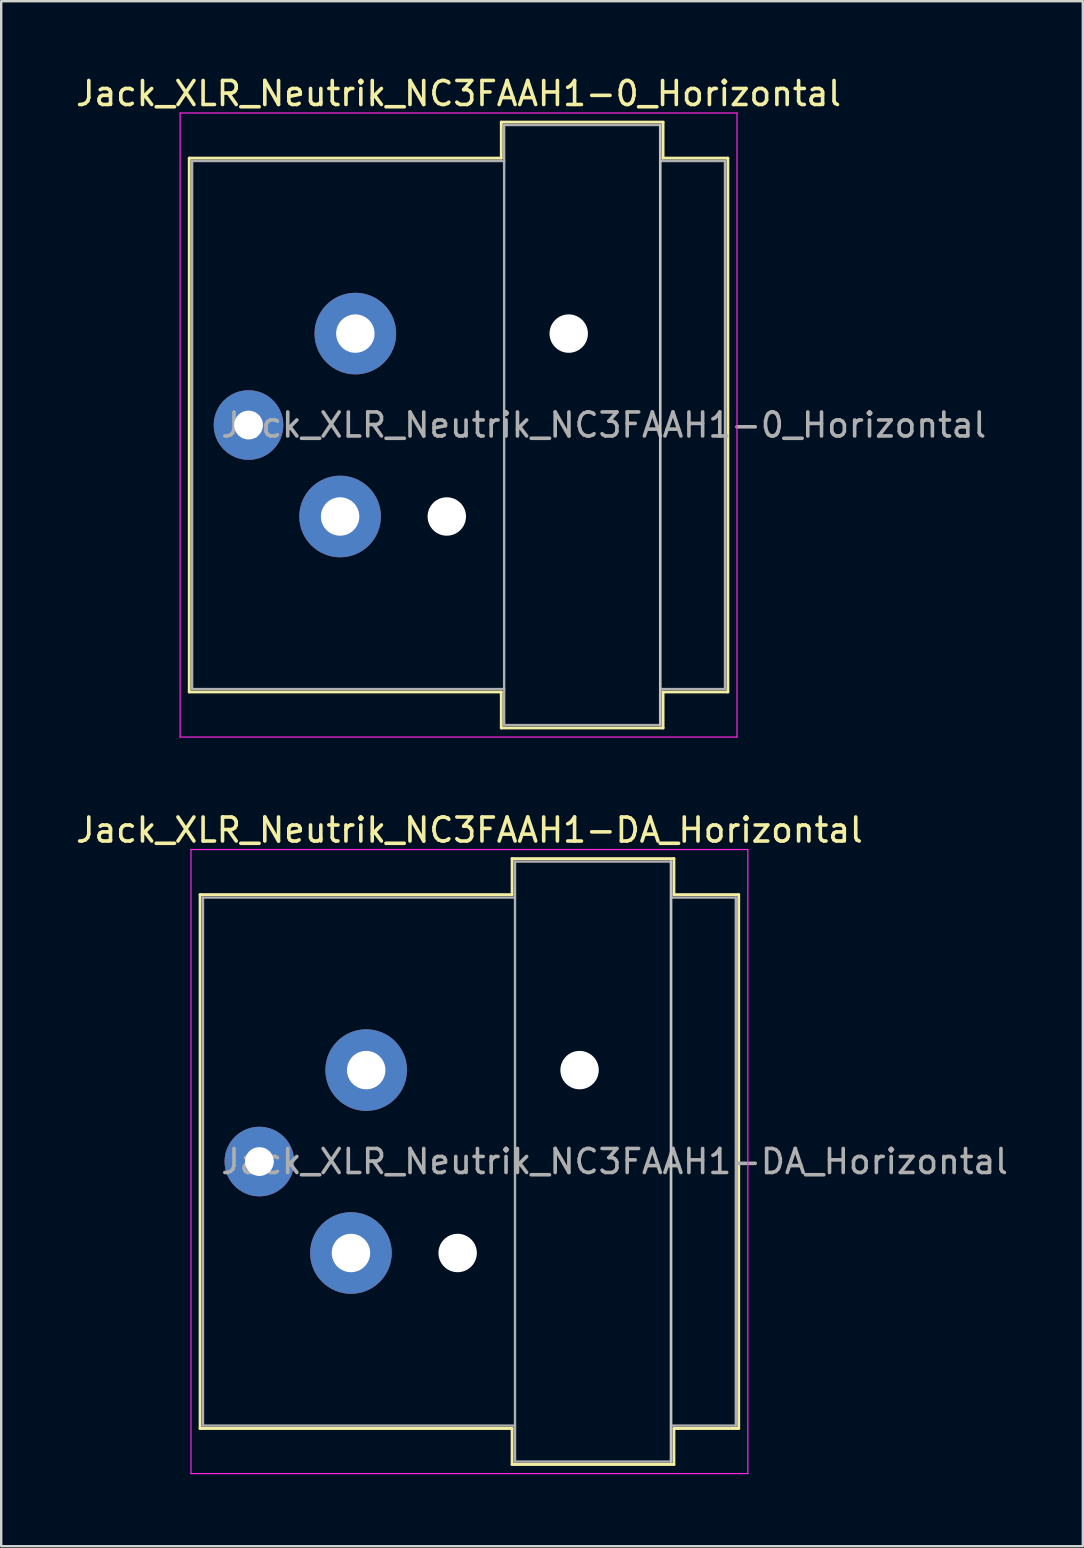
<source format=kicad_pcb>
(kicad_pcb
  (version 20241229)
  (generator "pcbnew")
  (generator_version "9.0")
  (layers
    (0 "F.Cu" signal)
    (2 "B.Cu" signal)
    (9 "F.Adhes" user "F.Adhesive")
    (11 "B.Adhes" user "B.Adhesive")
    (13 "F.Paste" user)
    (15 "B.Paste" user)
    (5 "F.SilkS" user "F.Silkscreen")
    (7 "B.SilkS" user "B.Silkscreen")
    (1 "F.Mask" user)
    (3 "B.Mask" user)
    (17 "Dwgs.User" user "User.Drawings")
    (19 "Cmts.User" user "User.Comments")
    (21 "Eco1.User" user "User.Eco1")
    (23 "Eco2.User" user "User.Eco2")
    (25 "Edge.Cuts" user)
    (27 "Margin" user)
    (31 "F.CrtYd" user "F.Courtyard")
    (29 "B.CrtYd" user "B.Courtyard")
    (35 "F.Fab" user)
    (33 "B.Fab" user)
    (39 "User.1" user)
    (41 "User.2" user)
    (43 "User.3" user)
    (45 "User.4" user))
  (footprint "Jack_XLR_Neutrik_NC3FAAH1-DA_Horizontal"
    (layer "F.Cu")
    (at 12.206 41.532)
    (property "Reference" "Jack_XLR_Neutrik_NC3FAAH1-DA_Horizontal" (at 4.3 -10 0) (layer "F.SilkS") (effects (font (size 1 1) (thickness 0.15))))
    (attr through_hole)
    (fp_line (start -6.92 -7.31) (end -6.92 14.93) (stroke (width 0.12) (type solid)) (layer "F.SilkS"))
    (fp_line (start 6.08 -7.31) (end -6.92 -7.31) (stroke (width 0.12) (type solid)) (layer "F.SilkS"))
    (fp_line (start 6.08 -7.31) (end 6.08 -8.81) (stroke (width 0.12) (type solid)) (layer "F.SilkS"))
    (fp_line (start 6.08 14.93) (end -6.92 14.93) (stroke (width 0.12) (type solid)) (layer "F.SilkS"))
    (fp_line (start 6.08 16.43) (end 6.08 14.93) (stroke (width 0.12) (type solid)) (layer "F.SilkS"))
    (fp_line (start 12.82 -8.81) (end 6.08 -8.81) (stroke (width 0.12) (type solid)) (layer "F.SilkS"))
    (fp_line (start 12.82 -8.81) (end 12.82 -7.31) (stroke (width 0.12) (type solid)) (layer "F.SilkS"))
    (fp_line (start 12.82 -7.31) (end 15.52 -7.31) (stroke (width 0.12) (type solid)) (layer "F.SilkS"))
    (fp_line (start 12.82 14.93) (end 12.82 16.43) (stroke (width 0.12) (type solid)) (layer "F.SilkS"))
    (fp_line (start 12.82 14.93) (end 15.52 14.93) (stroke (width 0.12) (type solid)) (layer "F.SilkS"))
    (fp_line (start 12.82 16.43) (end 6.08 16.43) (stroke (width 0.12) (type solid)) (layer "F.SilkS"))
    (fp_line (start 15.52 -7.31) (end 15.52 14.93) (stroke (width 0.12) (type solid)) (layer "F.SilkS"))
    (fp_line (start 12.7 -8.69) (end 12.7 16.31) (stroke (width 0.1) (type solid)) (layer "Dwgs.User"))
    (fp_line (start -7.3 -9.19) (end -7.3 16.81) (stroke (width 0.05) (type solid)) (layer "F.CrtYd"))
    (fp_line (start 15.9 -9.19) (end -7.3 -9.19) (stroke (width 0.05) (type solid)) (layer "F.CrtYd"))
    (fp_line (start 15.9 -9.19) (end 15.9 16.81) (stroke (width 0.05) (type solid)) (layer "F.CrtYd"))
    (fp_line (start 15.9 16.81) (end -7.3 16.81) (stroke (width 0.05) (type solid)) (layer "F.CrtYd"))
    (fp_line (start -6.8 -7.19) (end -6.8 14.81) (stroke (width 0.1) (type solid)) (layer "F.Fab"))
    (fp_line (start -6.8 14.81) (end 6.2 14.81) (stroke (width 0.1) (type solid)) (layer "F.Fab"))
    (fp_line (start 6.2 -8.69) (end 12.7 -8.69) (stroke (width 0.1) (type solid)) (layer "F.Fab"))
    (fp_line (start 6.2 -7.19) (end -6.8 -7.19) (stroke (width 0.1) (type solid)) (layer "F.Fab"))
    (fp_line (start 6.2 16.31) (end 6.2 -8.69) (stroke (width 0.1) (type solid)) (layer "F.Fab"))
    (fp_line (start 12.7 -8.69) (end 12.7 16.31) (stroke (width 0.1) (type solid)) (layer "F.Fab"))
    (fp_line (start 12.7 -7.19) (end 15.4 -7.19) (stroke (width 0.1) (type solid)) (layer "F.Fab"))
    (fp_line (start 12.7 16.31) (end 6.2 16.31) (stroke (width 0.1) (type solid)) (layer "F.Fab"))
    (fp_line (start 15.4 -7.19) (end 15.4 14.81) (stroke (width 0.1) (type solid)) (layer "F.Fab"))
    (fp_line (start 15.4 14.81) (end 12.7 14.81) (stroke (width 0.1) (type solid)) (layer "F.Fab"))
    (fp_text user "${REFERENCE}" (at 10.35 3.81 0) (layer "F.Fab") (effects (font (size 1 1) (thickness 0.15))))
    (pad "" np_thru_hole circle (at 3.81 7.62) (size 1.6 1.6) (drill 1.6) (layers "*.Cu" "*.Mask"))
    (pad "" np_thru_hole circle (at 8.89 0) (size 1.6 1.6) (drill 1.6) (layers "*.Cu" "*.Mask"))
    (pad "1" thru_hole circle (at 0 0) (size 3.4 3.4) (drill 1.6) (layers "*.Cu" "*.Mask"))
    (pad "2" thru_hole circle (at -0.635 7.62) (size 3.4 3.4) (drill 1.6) (layers "*.Cu" "*.Mask"))
    (pad "3" thru_hole circle (at -4.45 3.81) (size 2.9 2.9) (drill 1.2) (layers "*.Cu" "*.Mask")))
  (footprint "Jack_XLR_Neutrik_NC3FAAH1-0_Horizontal"
    (layer "F.Cu")
    (at 11.754 10.848)
    (property "Reference" "Jack_XLR_Neutrik_NC3FAAH1-0_Horizontal" (at 4.3 -10 0) (layer "F.SilkS") (effects (font (size 1 1) (thickness 0.15))))
    (attr through_hole)
    (fp_line (start -6.92 -7.31) (end -6.92 14.93) (stroke (width 0.12) (type solid)) (layer "F.SilkS"))
    (fp_line (start 6.08 -7.31) (end -6.92 -7.31) (stroke (width 0.12) (type solid)) (layer "F.SilkS"))
    (fp_line (start 6.08 -7.31) (end 6.08 -8.81) (stroke (width 0.12) (type solid)) (layer "F.SilkS"))
    (fp_line (start 6.08 14.93) (end -6.92 14.93) (stroke (width 0.12) (type solid)) (layer "F.SilkS"))
    (fp_line (start 6.08 16.43) (end 6.08 14.93) (stroke (width 0.12) (type solid)) (layer "F.SilkS"))
    (fp_line (start 12.82 -8.81) (end 6.08 -8.81) (stroke (width 0.12) (type solid)) (layer "F.SilkS"))
    (fp_line (start 12.82 -8.81) (end 12.82 -7.31) (stroke (width 0.12) (type solid)) (layer "F.SilkS"))
    (fp_line (start 12.82 -7.31) (end 15.52 -7.31) (stroke (width 0.12) (type solid)) (layer "F.SilkS"))
    (fp_line (start 12.82 14.93) (end 12.82 16.43) (stroke (width 0.12) (type solid)) (layer "F.SilkS"))
    (fp_line (start 12.82 14.93) (end 15.52 14.93) (stroke (width 0.12) (type solid)) (layer "F.SilkS"))
    (fp_line (start 12.82 16.43) (end 6.08 16.43) (stroke (width 0.12) (type solid)) (layer "F.SilkS"))
    (fp_line (start 15.52 -7.31) (end 15.52 14.93) (stroke (width 0.12) (type solid)) (layer "F.SilkS"))
    (fp_line (start 12.7 -8.69) (end 12.7 16.31) (stroke (width 0.1) (type solid)) (layer "Dwgs.User"))
    (fp_line (start -7.3 -9.19) (end -7.3 16.81) (stroke (width 0.05) (type solid)) (layer "F.CrtYd"))
    (fp_line (start 15.9 -9.19) (end -7.3 -9.19) (stroke (width 0.05) (type solid)) (layer "F.CrtYd"))
    (fp_line (start 15.9 -9.19) (end 15.9 16.81) (stroke (width 0.05) (type solid)) (layer "F.CrtYd"))
    (fp_line (start 15.9 16.81) (end -7.3 16.81) (stroke (width 0.05) (type solid)) (layer "F.CrtYd"))
    (fp_line (start -6.8 -7.19) (end -6.8 14.81) (stroke (width 0.1) (type solid)) (layer "F.Fab"))
    (fp_line (start -6.8 14.81) (end 6.2 14.81) (stroke (width 0.1) (type solid)) (layer "F.Fab"))
    (fp_line (start 6.2 -8.69) (end 12.7 -8.69) (stroke (width 0.1) (type solid)) (layer "F.Fab"))
    (fp_line (start 6.2 -7.19) (end -6.8 -7.19) (stroke (width 0.1) (type solid)) (layer "F.Fab"))
    (fp_line (start 6.2 16.31) (end 6.2 -8.69) (stroke (width 0.1) (type solid)) (layer "F.Fab"))
    (fp_line (start 12.7 -8.69) (end 12.7 16.31) (stroke (width 0.1) (type solid)) (layer "F.Fab"))
    (fp_line (start 12.7 -7.19) (end 15.4 -7.19) (stroke (width 0.1) (type solid)) (layer "F.Fab"))
    (fp_line (start 12.7 16.31) (end 6.2 16.31) (stroke (width 0.1) (type solid)) (layer "F.Fab"))
    (fp_line (start 15.4 -7.19) (end 15.4 14.81) (stroke (width 0.1) (type solid)) (layer "F.Fab"))
    (fp_line (start 15.4 14.81) (end 12.7 14.81) (stroke (width 0.1) (type solid)) (layer "F.Fab"))
    (fp_text user "${REFERENCE}" (at 10.35 3.81 0) (layer "F.Fab") (effects (font (size 1 1) (thickness 0.15))))
    (pad "" np_thru_hole circle (at 3.81 7.62) (size 1.6 1.6) (drill 1.6) (layers "*.Cu" "*.Mask"))
    (pad "" np_thru_hole circle (at 8.89 0) (size 1.6 1.6) (drill 1.6) (layers "*.Cu" "*.Mask"))
    (pad "1" thru_hole circle (at 0 0) (size 3.4 3.4) (drill 1.6) (layers "*.Cu" "*.Mask"))
    (pad "2" thru_hole circle (at -0.635 7.62) (size 3.4 3.4) (drill 1.6) (layers "*.Cu" "*.Mask"))
    (pad "3" thru_hole circle (at -4.45 3.81) (size 2.9 2.9) (drill 1.2) (layers "*.Cu" "*.Mask")))
  (gr_rect
    (start -3 -3)
    (end 42.062 61.367)
    (stroke (width 0.1) (type default))
    (fill no)
    (layer "Edge.Cuts")))
</source>
